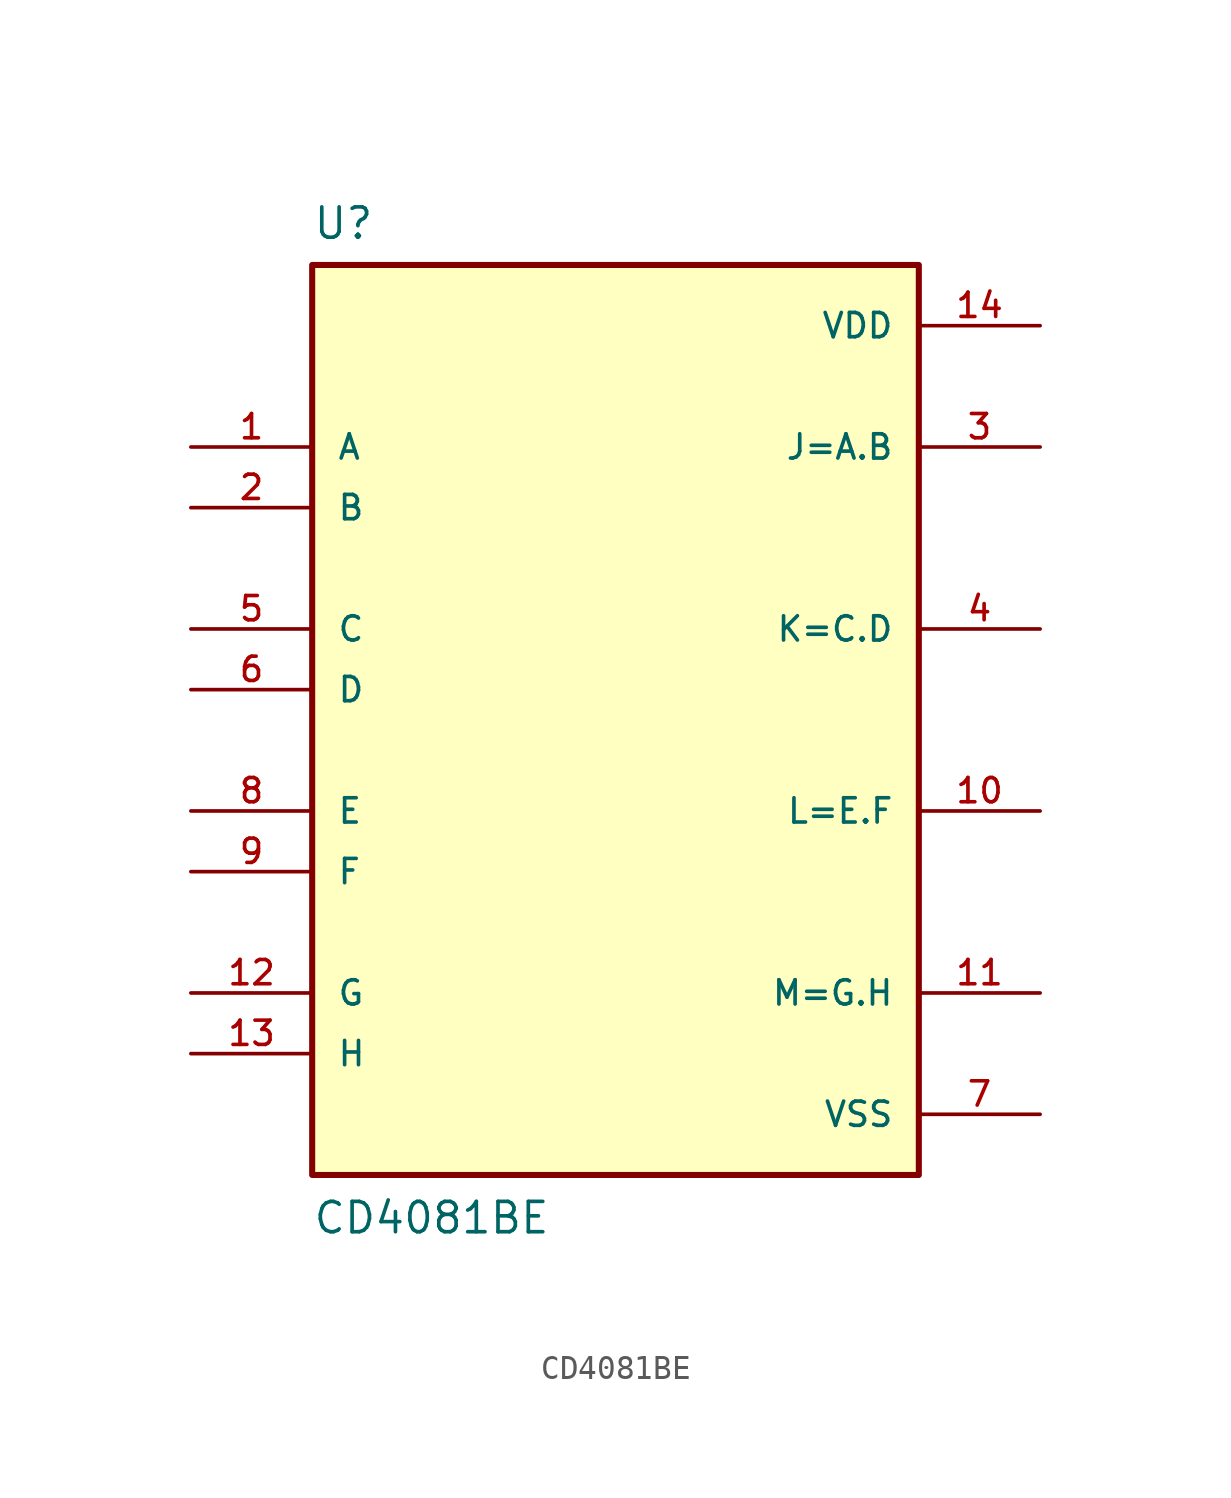
<source format=kicad_sym>
(kicad_symbol_lib
  (version 20211014)
  (generator kicad_symbol_editor)
  (symbol "CD4081BE"
    (pin_names
      (offset 1.016))
    (property "Reference" "U"
      (at -12.7 18.78 0.0)
      (effects (font (size 1.27 1.27)) (justify bottom left)))
    (property "Value" "CD4081BE"
      (at -12.7 -22.86 0.0)
      (effects (font (size 1.27 1.27)) (justify bottom left)))
    (symbol "CD4081BE_0_0"
      (rectangle (start -12.7 -20.32) (end 12.7 17.78) (stroke (width 0.254)) (fill (type background)))
      (pin input line (at -17.78 10.16 0) (length 5.08) (name "A" (effects (font (size 1.016 1.016)))) (number "1" (effects (font (size 1.016 1.016)))))
      (pin input line (at -17.78 7.62 0) (length 5.08) (name "B" (effects (font (size 1.016 1.016)))) (number "2" (effects (font (size 1.016 1.016)))))
      (pin input line (at -17.78 2.54 0) (length 5.08) (name "C" (effects (font (size 1.016 1.016)))) (number "5" (effects (font (size 1.016 1.016)))))
      (pin input line (at -17.78 0.0 0) (length 5.08) (name "D" (effects (font (size 1.016 1.016)))) (number "6" (effects (font (size 1.016 1.016)))))
      (pin input line (at -17.78 -5.08 0) (length 5.08) (name "E" (effects (font (size 1.016 1.016)))) (number "8" (effects (font (size 1.016 1.016)))))
      (pin input line (at -17.78 -7.62 0) (length 5.08) (name "F" (effects (font (size 1.016 1.016)))) (number "9" (effects (font (size 1.016 1.016)))))
      (pin input line (at -17.78 -12.7 0) (length 5.08) (name "G" (effects (font (size 1.016 1.016)))) (number "12" (effects (font (size 1.016 1.016)))))
      (pin input line (at -17.78 -15.24 0) (length 5.08) (name "H" (effects (font (size 1.016 1.016)))) (number "13" (effects (font (size 1.016 1.016)))))
      (pin power_in line (at 17.78 15.24 180.0) (length 5.08) (name "VDD" (effects (font (size 1.016 1.016)))) (number "14" (effects (font (size 1.016 1.016)))))
      (pin output line (at 17.78 10.16 180.0) (length 5.08) (name "J=A.B" (effects (font (size 1.016 1.016)))) (number "3" (effects (font (size 1.016 1.016)))))
      (pin output line (at 17.78 2.54 180.0) (length 5.08) (name "K=C.D" (effects (font (size 1.016 1.016)))) (number "4" (effects (font (size 1.016 1.016)))))
      (pin output line (at 17.78 -5.08 180.0) (length 5.08) (name "L=E.F" (effects (font (size 1.016 1.016)))) (number "10" (effects (font (size 1.016 1.016)))))
      (pin output line (at 17.78 -12.7 180.0) (length 5.08) (name "M=G.H" (effects (font (size 1.016 1.016)))) (number "11" (effects (font (size 1.016 1.016)))))
      (pin power_in line (at 17.78 -17.78 180.0) (length 5.08) (name "VSS" (effects (font (size 1.016 1.016)))) (number "7" (effects (font (size 1.016 1.016))))))))
</source>
